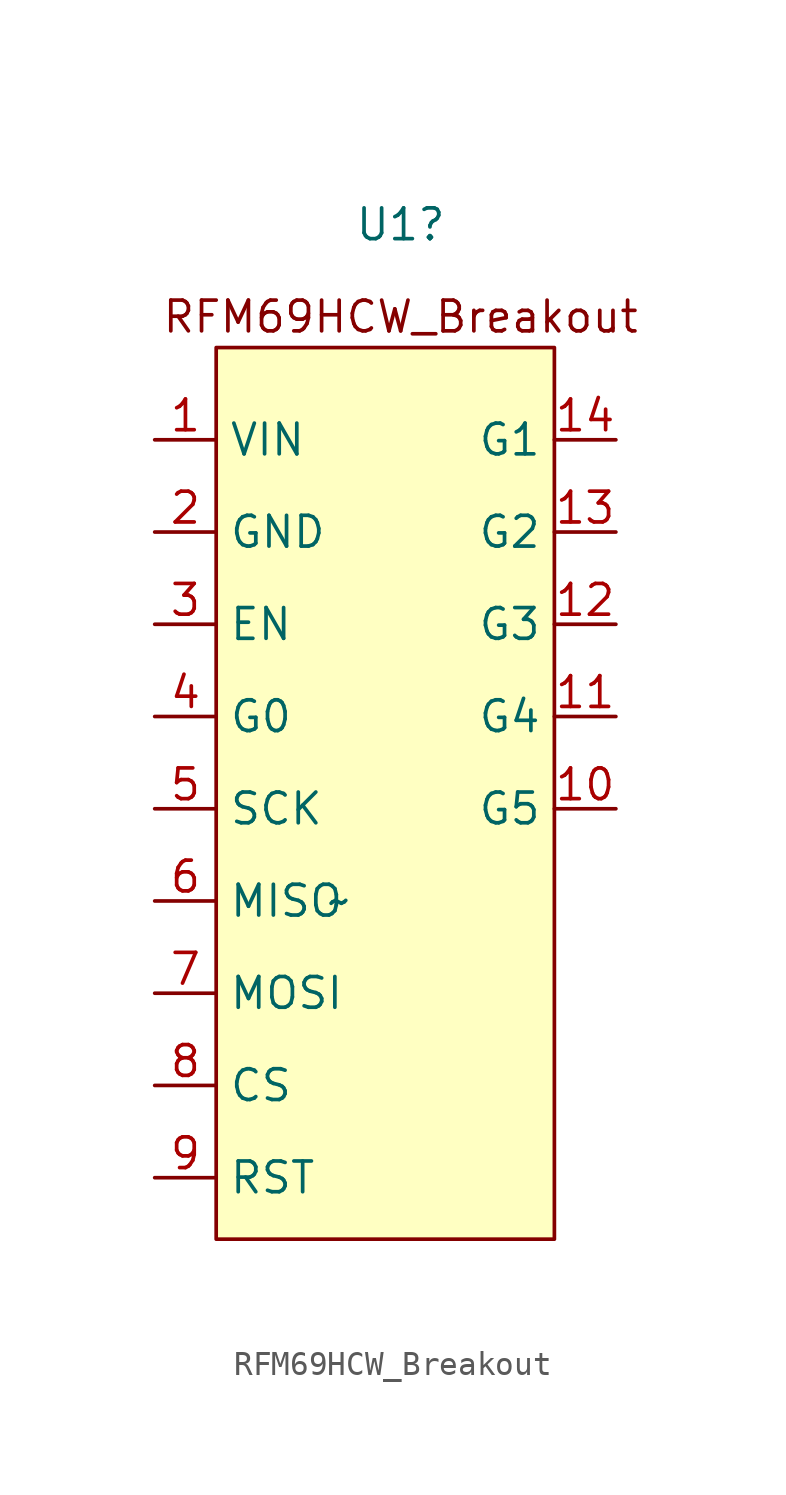
<source format=kicad_sym>
(kicad_symbol_lib
  (version 20220914)
  (generator kicad_symbol_editor)
  (symbol "RFM69HCW_Breakout"
    (property "Reference" "U1"
      (at 2.54 27.94 0)
      (effects (font (size 1.27 1.27))))
    (property "Value" "~"
      (at 0 0 0)
      (effects (font (size 1.27 1.27))))
    (symbol "RFM69HCW_Breakout_1_1"
      (rectangle (start -5.08 22.86) (end 8.89 -13.97) (stroke (width 0) (type default)) (fill (type background)))
      (text "RFM69HCW_Breakout" (at 2.54 24.13 0) (effects (font (size 1.27 1.27))))
      (pin power_in line (at -7.62 19.05 0) (length 2.54) (name "VIN" (effects (font (size 1.27 1.27)))) (number "1" (effects (font (size 1.27 1.27)))))
      (pin output line (at 11.43 3.81 180) (length 2.54) (name "G5" (effects (font (size 1.27 1.27)))) (number "10" (effects (font (size 1.27 1.27)))))
      (pin output line (at 11.43 7.62 180) (length 2.54) (name "G4" (effects (font (size 1.27 1.27)))) (number "11" (effects (font (size 1.27 1.27)))))
      (pin output line (at 11.43 11.43 180) (length 2.54) (name "G3" (effects (font (size 1.27 1.27)))) (number "12" (effects (font (size 1.27 1.27)))))
      (pin output line (at 11.43 15.24 180) (length 2.54) (name "G2" (effects (font (size 1.27 1.27)))) (number "13" (effects (font (size 1.27 1.27)))))
      (pin output line (at 11.43 19.05 180) (length 2.54) (name "G1" (effects (font (size 1.27 1.27)))) (number "14" (effects (font (size 1.27 1.27)))))
      (pin power_out line (at -7.62 15.24 0) (length 2.54) (name "GND" (effects (font (size 1.27 1.27)))) (number "2" (effects (font (size 1.27 1.27)))))
      (pin bidirectional line (at -7.62 11.43 0) (length 2.54) (name "EN" (effects (font (size 1.27 1.27)))) (number "3" (effects (font (size 1.27 1.27)))))
      (pin bidirectional line (at -7.62 7.62 0) (length 2.54) (name "G0" (effects (font (size 1.27 1.27)))) (number "4" (effects (font (size 1.27 1.27)))))
      (pin bidirectional line (at -7.62 3.81 0) (length 2.54) (name "SCK" (effects (font (size 1.27 1.27)))) (number "5" (effects (font (size 1.27 1.27)))))
      (pin bidirectional line (at -7.62 0 0) (length 2.54) (name "MISO" (effects (font (size 1.27 1.27)))) (number "6" (effects (font (size 1.27 1.27)))))
      (pin bidirectional line (at -7.62 -3.81 0) (length 2.54) (name "MOSI" (effects (font (size 1.27 1.27)))) (number "7" (effects (font (size 1.27 1.27)))))
      (pin bidirectional line (at -7.62 -7.62 0) (length 2.54) (name "CS" (effects (font (size 1.27 1.27)))) (number "8" (effects (font (size 1.27 1.27)))))
      (pin bidirectional line (at -7.62 -11.43 0) (length 2.54) (name "RST" (effects (font (size 1.27 1.27)))) (number "9" (effects (font (size 1.27 1.27))))))))
</source>
